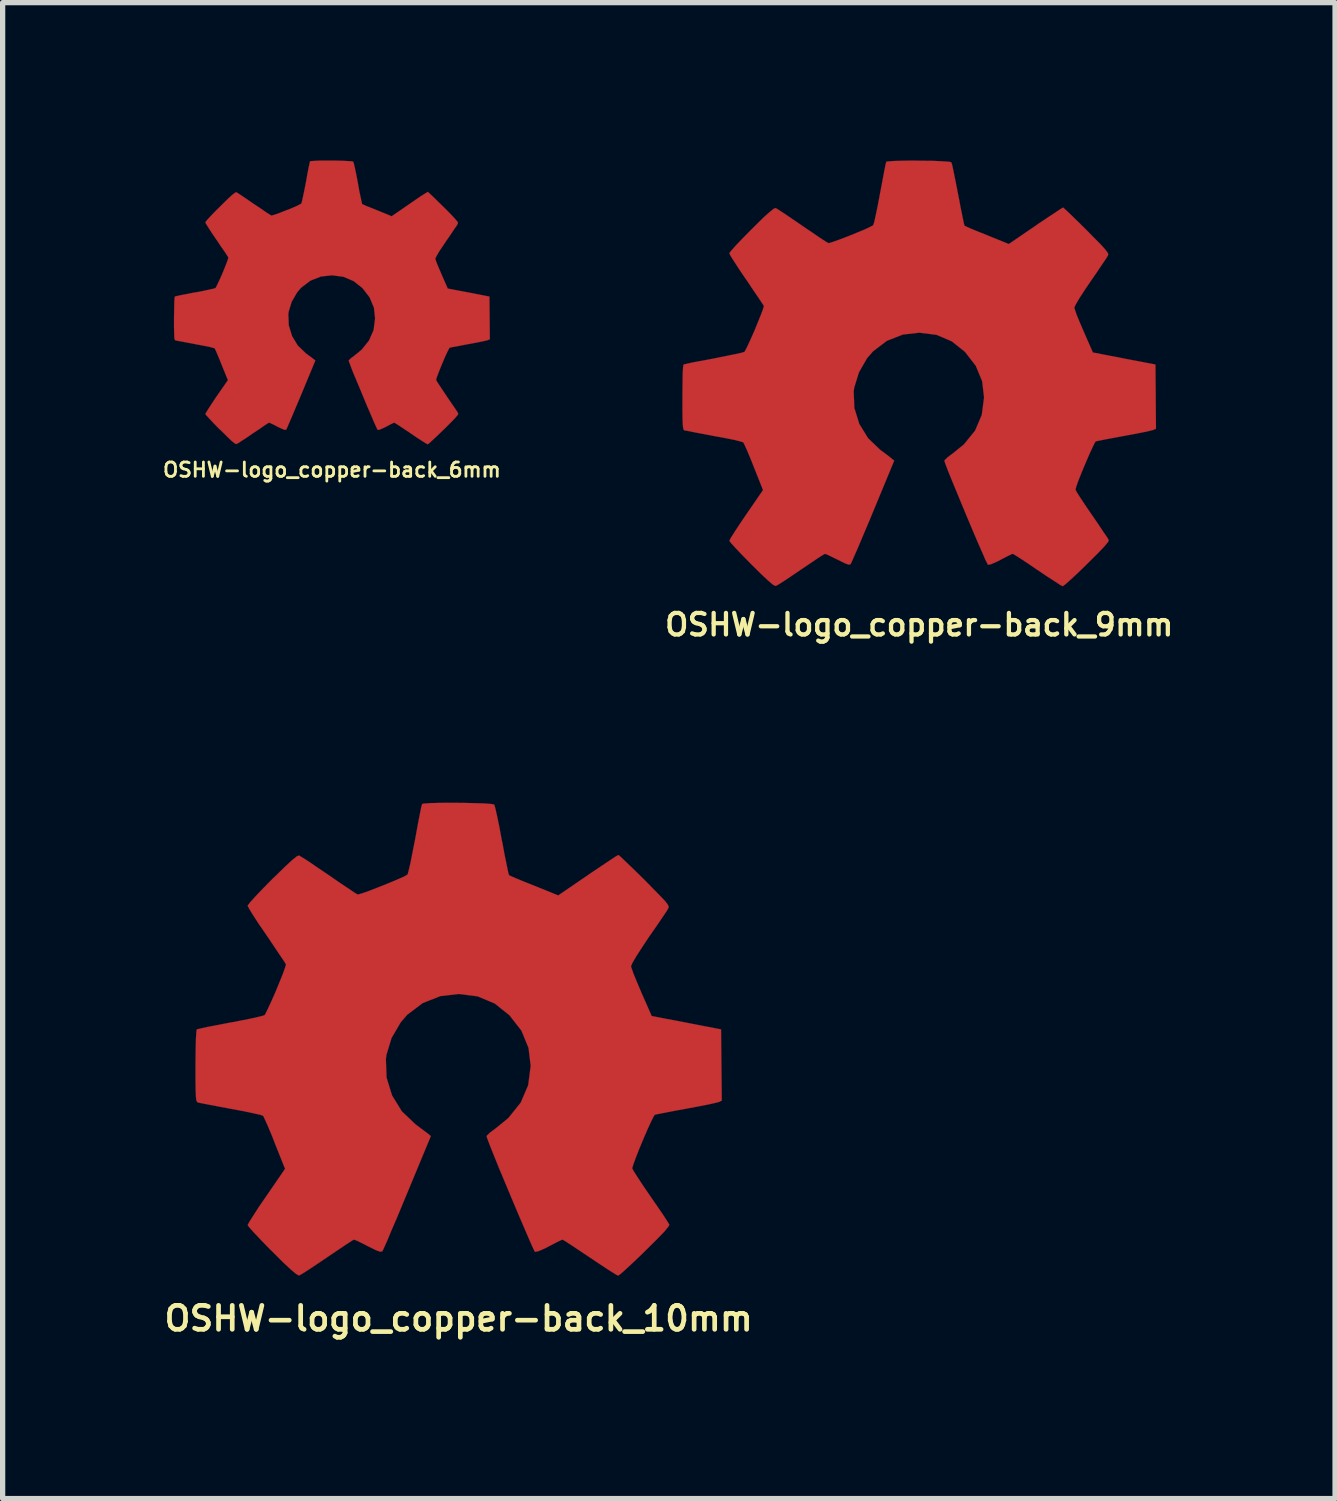
<source format=kicad_pcb>
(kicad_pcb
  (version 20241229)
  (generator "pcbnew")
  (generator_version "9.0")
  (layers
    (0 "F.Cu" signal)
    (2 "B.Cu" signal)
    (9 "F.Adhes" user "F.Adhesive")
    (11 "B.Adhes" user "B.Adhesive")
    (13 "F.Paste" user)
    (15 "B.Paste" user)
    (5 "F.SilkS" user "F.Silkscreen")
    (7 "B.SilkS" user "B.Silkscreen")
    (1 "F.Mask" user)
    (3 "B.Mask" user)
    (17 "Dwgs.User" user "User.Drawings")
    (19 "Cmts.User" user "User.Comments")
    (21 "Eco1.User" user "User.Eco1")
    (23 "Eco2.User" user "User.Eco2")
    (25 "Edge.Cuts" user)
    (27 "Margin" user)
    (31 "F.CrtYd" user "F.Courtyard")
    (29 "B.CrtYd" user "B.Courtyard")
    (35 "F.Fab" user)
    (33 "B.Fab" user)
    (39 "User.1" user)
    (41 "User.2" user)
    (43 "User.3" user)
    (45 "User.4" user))
  (footprint "OSHW-logo_copper-back_10mm"
    (layer "F.Cu")
    (at 5.663 16.694)
    (property "Reference" "OSHW-logo_copper-back_10mm" (at 0 5.304 0) (layer "F.SilkS") (effects (font (size 0.455 0.455) (thickness 0.089))))
    (attr through_hole)
    (fp_poly (pts (xy 3.03 4.491) (xy 2.979 4.463) (xy 2.86 4.389) (xy 2.695 4.28) (xy 2.497 4.148) (xy 2.299 4.016) (xy 2.136 3.907) (xy 2.022 3.833) (xy 1.974 3.805) (xy 1.948 3.815) (xy 1.854 3.861) (xy 1.717 3.932) (xy 1.638 3.973) (xy 1.514 4.026) (xy 1.45 4.039) (xy 1.44 4.021) (xy 1.394 3.924) (xy 1.323 3.762) (xy 1.229 3.543) (xy 1.12 3.289) (xy 1.006 3.018) (xy 0.889 2.738) (xy 0.777 2.471) (xy 0.681 2.233) (xy 0.602 2.037) (xy 0.551 1.902) (xy 0.531 1.844) (xy 0.536 1.831) (xy 0.599 1.77) (xy 0.709 1.689) (xy 0.945 1.496) (xy 1.179 1.204) (xy 1.321 0.874) (xy 1.369 0.505) (xy 1.328 0.165) (xy 1.194 -0.163) (xy 0.965 -0.457) (xy 0.688 -0.678) (xy 0.363 -0.815) (xy 0 -0.861) (xy -0.348 -0.82) (xy -0.683 -0.688) (xy -0.978 -0.465) (xy -1.102 -0.32) (xy -1.275 -0.023) (xy -1.372 0.297) (xy -1.382 0.378) (xy -1.369 0.729) (xy -1.265 1.067) (xy -1.079 1.369) (xy -0.82 1.615) (xy -0.79 1.638) (xy -0.671 1.727) (xy -0.589 1.788) (xy -0.528 1.839) (xy -0.975 2.916) (xy -1.046 3.086) (xy -1.168 3.381) (xy -1.278 3.635) (xy -1.361 3.835) (xy -1.422 3.97) (xy -1.448 4.026) (xy -1.45 4.028) (xy -1.491 4.036) (xy -1.572 4.006) (xy -1.722 3.932) (xy -1.821 3.881) (xy -1.935 3.825) (xy -1.989 3.805) (xy -2.032 3.83) (xy -2.141 3.901) (xy -2.301 4.008) (xy -2.494 4.138) (xy -2.677 4.262) (xy -2.845 4.374) (xy -2.969 4.453) (xy -3.028 4.486) (xy -3.038 4.486) (xy -3.091 4.455) (xy -3.188 4.374) (xy -3.335 4.237) (xy -3.541 4.031) (xy -3.574 4) (xy -3.744 3.825) (xy -3.881 3.68) (xy -3.975 3.576) (xy -4.008 3.531) (xy -3.978 3.472) (xy -3.901 3.35) (xy -3.79 3.178) (xy -3.653 2.979) (xy -3.297 2.461) (xy -3.493 1.971) (xy -3.551 1.821) (xy -3.627 1.641) (xy -3.686 1.511) (xy -3.713 1.455) (xy -3.767 1.435) (xy -3.901 1.405) (xy -4.094 1.364) (xy -4.326 1.321) (xy -4.547 1.28) (xy -4.745 1.242) (xy -4.889 1.214) (xy -4.953 1.201) (xy -4.968 1.191) (xy -4.983 1.161) (xy -4.991 1.092) (xy -4.996 0.973) (xy -4.999 0.782) (xy -4.999 0.505) (xy -4.999 0.475) (xy -4.996 0.213) (xy -4.991 0.003) (xy -4.983 -0.135) (xy -4.976 -0.188) (xy -4.973 -0.188) (xy -4.912 -0.203) (xy -4.773 -0.234) (xy -4.572 -0.272) (xy -4.336 -0.318) (xy -4.321 -0.32) (xy -4.084 -0.366) (xy -3.886 -0.406) (xy -3.747 -0.439) (xy -3.688 -0.457) (xy -3.675 -0.475) (xy -3.63 -0.566) (xy -3.561 -0.714) (xy -3.482 -0.892) (xy -3.406 -1.077) (xy -3.338 -1.245) (xy -3.294 -1.369) (xy -3.279 -1.425) (xy -3.282 -1.427) (xy -3.317 -1.483) (xy -3.399 -1.605) (xy -3.513 -1.775) (xy -3.65 -1.979) (xy -3.66 -1.994) (xy -3.797 -2.192) (xy -3.907 -2.362) (xy -3.98 -2.482) (xy -4.008 -2.537) (xy -4.008 -2.54) (xy -3.962 -2.601) (xy -3.861 -2.713) (xy -3.716 -2.865) (xy -3.541 -3.043) (xy -3.485 -3.096) (xy -3.289 -3.287) (xy -3.155 -3.411) (xy -3.071 -3.477) (xy -3.03 -3.493) (xy -3.03 -3.49) (xy -2.969 -3.454) (xy -2.842 -3.373) (xy -2.672 -3.256) (xy -2.469 -3.119) (xy -2.454 -3.109) (xy -2.256 -2.972) (xy -2.088 -2.86) (xy -1.971 -2.781) (xy -1.918 -2.751) (xy -1.91 -2.751) (xy -1.829 -2.774) (xy -1.687 -2.824) (xy -1.511 -2.893) (xy -1.326 -2.967) (xy -1.158 -3.038) (xy -1.031 -3.094) (xy -0.973 -3.129) (xy -0.97 -3.132) (xy -0.95 -3.203) (xy -0.914 -3.353) (xy -0.874 -3.559) (xy -0.826 -3.802) (xy -0.818 -3.843) (xy -0.775 -4.082) (xy -0.737 -4.277) (xy -0.709 -4.415) (xy -0.693 -4.47) (xy -0.66 -4.478) (xy -0.544 -4.486) (xy -0.366 -4.491) (xy -0.15 -4.493) (xy 0.076 -4.491) (xy 0.297 -4.486) (xy 0.485 -4.481) (xy 0.62 -4.47) (xy 0.676 -4.46) (xy 0.678 -4.455) (xy 0.699 -4.381) (xy 0.732 -4.232) (xy 0.775 -4.026) (xy 0.82 -3.78) (xy 0.831 -3.736) (xy 0.874 -3.5) (xy 0.914 -3.305) (xy 0.942 -3.17) (xy 0.958 -3.117) (xy 0.98 -3.106) (xy 1.077 -3.063) (xy 1.237 -2.997) (xy 1.435 -2.918) (xy 1.892 -2.733) (xy 2.454 -3.117) (xy 2.504 -3.152) (xy 2.708 -3.289) (xy 2.873 -3.399) (xy 2.987 -3.475) (xy 3.035 -3.5) (xy 3.04 -3.5) (xy 3.096 -3.449) (xy 3.205 -3.345) (xy 3.358 -3.198) (xy 3.536 -3.023) (xy 3.665 -2.891) (xy 3.82 -2.733) (xy 3.919 -2.629) (xy 3.973 -2.56) (xy 3.99 -2.52) (xy 3.985 -2.492) (xy 3.95 -2.433) (xy 3.868 -2.311) (xy 3.752 -2.141) (xy 3.614 -1.943) (xy 3.503 -1.775) (xy 3.381 -1.587) (xy 3.302 -1.453) (xy 3.274 -1.387) (xy 3.282 -1.361) (xy 3.32 -1.25) (xy 3.388 -1.085) (xy 3.472 -0.886) (xy 3.668 -0.442) (xy 3.957 -0.386) (xy 4.135 -0.353) (xy 4.381 -0.305) (xy 4.618 -0.259) (xy 4.986 -0.188) (xy 4.999 1.166) (xy 4.943 1.191) (xy 4.887 1.206) (xy 4.75 1.237) (xy 4.557 1.275) (xy 4.326 1.318) (xy 4.13 1.354) (xy 3.932 1.392) (xy 3.79 1.42) (xy 3.729 1.433) (xy 3.711 1.455) (xy 3.663 1.549) (xy 3.592 1.702) (xy 3.513 1.885) (xy 3.434 2.075) (xy 3.365 2.25) (xy 3.317 2.383) (xy 3.297 2.451) (xy 3.325 2.504) (xy 3.399 2.621) (xy 3.508 2.786) (xy 3.642 2.982) (xy 3.777 3.178) (xy 3.891 3.345) (xy 3.97 3.467) (xy 4.003 3.523) (xy 3.985 3.559) (xy 3.907 3.655) (xy 3.759 3.807) (xy 3.538 4.026) (xy 3.503 4.061) (xy 3.327 4.229) (xy 3.18 4.366) (xy 3.076 4.458) (xy 3.03 4.491)) (stroke (width 0.003) (type solid)) (fill yes) (layer "F.Cu")))
  (footprint "OSHW-logo_copper-back_6mm"
    (layer "F.Cu")
    (at 3.256 2.696)
    (property "Reference" "OSHW-logo_copper-back_6mm" (at 0 3.18 0) (layer "F.SilkS") (effects (font (size 0.272 0.272) (thickness 0.053))))
    (attr through_hole)
    (fp_poly (pts (xy 1.819 2.695) (xy 1.786 2.677) (xy 1.717 2.634) (xy 1.615 2.568) (xy 1.499 2.489) (xy 1.379 2.408) (xy 1.28 2.342) (xy 1.212 2.299) (xy 1.184 2.283) (xy 1.168 2.289) (xy 1.113 2.316) (xy 1.031 2.36) (xy 0.983 2.383) (xy 0.907 2.416) (xy 0.871 2.423) (xy 0.864 2.413) (xy 0.836 2.355) (xy 0.792 2.256) (xy 0.737 2.126) (xy 0.671 1.974) (xy 0.602 1.808) (xy 0.533 1.641) (xy 0.467 1.483) (xy 0.406 1.339) (xy 0.361 1.222) (xy 0.33 1.14) (xy 0.318 1.105) (xy 0.323 1.097) (xy 0.358 1.062) (xy 0.424 1.013) (xy 0.566 0.897) (xy 0.706 0.721) (xy 0.792 0.523) (xy 0.82 0.302) (xy 0.798 0.099) (xy 0.716 -0.097) (xy 0.579 -0.274) (xy 0.411 -0.406) (xy 0.218 -0.488) (xy 0 -0.516) (xy -0.208 -0.493) (xy -0.409 -0.414) (xy -0.587 -0.279) (xy -0.66 -0.193) (xy -0.765 -0.013) (xy -0.823 0.178) (xy -0.828 0.226) (xy -0.82 0.437) (xy -0.757 0.64) (xy -0.648 0.82) (xy -0.493 0.968) (xy -0.472 0.983) (xy -0.401 1.036) (xy -0.353 1.072) (xy -0.315 1.102) (xy -0.584 1.75) (xy -0.627 1.852) (xy -0.701 2.027) (xy -0.765 2.179) (xy -0.818 2.301) (xy -0.853 2.383) (xy -0.869 2.416) (xy -0.871 2.416) (xy -0.894 2.421) (xy -0.942 2.403) (xy -1.034 2.36) (xy -1.092 2.329) (xy -1.161 2.296) (xy -1.191 2.283) (xy -1.219 2.296) (xy -1.285 2.339) (xy -1.379 2.405) (xy -1.496 2.482) (xy -1.605 2.558) (xy -1.707 2.624) (xy -1.781 2.672) (xy -1.816 2.69) (xy -1.821 2.69) (xy -1.854 2.672) (xy -1.913 2.624) (xy -1.999 2.54) (xy -2.123 2.418) (xy -2.144 2.4) (xy -2.245 2.296) (xy -2.329 2.207) (xy -2.385 2.146) (xy -2.405 2.118) (xy -2.385 2.083) (xy -2.339 2.009) (xy -2.273 1.908) (xy -2.192 1.786) (xy -1.976 1.476) (xy -2.095 1.184) (xy -2.131 1.092) (xy -2.177 0.983) (xy -2.21 0.907) (xy -2.228 0.871) (xy -2.261 0.861) (xy -2.339 0.841) (xy -2.456 0.818) (xy -2.596 0.792) (xy -2.728 0.767) (xy -2.847 0.744) (xy -2.934 0.729) (xy -2.972 0.721) (xy -2.982 0.714) (xy -2.99 0.696) (xy -2.995 0.655) (xy -2.997 0.582) (xy -3 0.467) (xy -3 0.302) (xy -3 0.284) (xy -2.997 0.127) (xy -2.995 0.003) (xy -2.99 -0.079) (xy -2.985 -0.112) (xy -2.946 -0.122) (xy -2.863 -0.14) (xy -2.743 -0.163) (xy -2.601 -0.191) (xy -2.591 -0.191) (xy -2.449 -0.218) (xy -2.332 -0.244) (xy -2.248 -0.262) (xy -2.212 -0.274) (xy -2.205 -0.284) (xy -2.177 -0.34) (xy -2.136 -0.427) (xy -2.088 -0.533) (xy -2.042 -0.645) (xy -2.002 -0.747) (xy -1.976 -0.82) (xy -1.968 -0.856) (xy -1.989 -0.889) (xy -2.037 -0.963) (xy -2.108 -1.064) (xy -2.189 -1.186) (xy -2.197 -1.196) (xy -2.278 -1.316) (xy -2.344 -1.417) (xy -2.388 -1.488) (xy -2.405 -1.521) (xy -2.405 -1.524) (xy -2.377 -1.56) (xy -2.316 -1.628) (xy -2.228 -1.72) (xy -2.123 -1.824) (xy -2.09 -1.857) (xy -1.974 -1.971) (xy -1.892 -2.045) (xy -1.841 -2.085) (xy -1.819 -2.095) (xy -1.816 -2.093) (xy -1.781 -2.073) (xy -1.704 -2.022) (xy -1.603 -1.953) (xy -1.481 -1.869) (xy -1.473 -1.864) (xy -1.351 -1.783) (xy -1.252 -1.714) (xy -1.181 -1.669) (xy -1.151 -1.651) (xy -1.146 -1.651) (xy -1.097 -1.664) (xy -1.011 -1.694) (xy -0.907 -1.735) (xy -0.795 -1.778) (xy -0.693 -1.821) (xy -0.62 -1.857) (xy -0.584 -1.877) (xy -0.582 -1.877) (xy -0.569 -1.92) (xy -0.549 -2.012) (xy -0.523 -2.134) (xy -0.495 -2.281) (xy -0.49 -2.304) (xy -0.465 -2.449) (xy -0.442 -2.565) (xy -0.424 -2.647) (xy -0.417 -2.682) (xy -0.396 -2.685) (xy -0.325 -2.69) (xy -0.218 -2.695) (xy -0.089 -2.695) (xy 0.046 -2.695) (xy 0.178 -2.692) (xy 0.29 -2.687) (xy 0.371 -2.682) (xy 0.406 -2.675) (xy 0.406 -2.672) (xy 0.419 -2.629) (xy 0.439 -2.54) (xy 0.465 -2.416) (xy 0.493 -2.268) (xy 0.498 -2.24) (xy 0.523 -2.098) (xy 0.549 -1.981) (xy 0.566 -1.902) (xy 0.574 -1.869) (xy 0.587 -1.864) (xy 0.645 -1.836) (xy 0.742 -1.798) (xy 0.861 -1.75) (xy 1.135 -1.638) (xy 1.471 -1.869) (xy 1.501 -1.89) (xy 1.623 -1.974) (xy 1.722 -2.04) (xy 1.793 -2.083) (xy 1.821 -2.101) (xy 1.824 -2.098) (xy 1.857 -2.07) (xy 1.923 -2.007) (xy 2.014 -1.918) (xy 2.121 -1.814) (xy 2.2 -1.735) (xy 2.291 -1.641) (xy 2.349 -1.577) (xy 2.383 -1.537) (xy 2.395 -1.511) (xy 2.39 -1.494) (xy 2.37 -1.46) (xy 2.319 -1.387) (xy 2.25 -1.283) (xy 2.169 -1.166) (xy 2.101 -1.064) (xy 2.027 -0.953) (xy 1.981 -0.871) (xy 1.963 -0.833) (xy 1.968 -0.815) (xy 1.991 -0.749) (xy 2.032 -0.65) (xy 2.083 -0.531) (xy 2.2 -0.264) (xy 2.375 -0.231) (xy 2.479 -0.211) (xy 2.629 -0.183) (xy 2.771 -0.155) (xy 2.992 -0.112) (xy 3 0.699) (xy 2.964 0.714) (xy 2.931 0.724) (xy 2.85 0.742) (xy 2.733 0.765) (xy 2.596 0.79) (xy 2.477 0.813) (xy 2.36 0.836) (xy 2.273 0.851) (xy 2.235 0.859) (xy 2.228 0.871) (xy 2.197 0.93) (xy 2.154 1.021) (xy 2.108 1.13) (xy 2.06 1.245) (xy 2.019 1.349) (xy 1.989 1.43) (xy 1.979 1.471) (xy 1.994 1.501) (xy 2.04 1.572) (xy 2.106 1.671) (xy 2.184 1.788) (xy 2.266 1.908) (xy 2.334 2.007) (xy 2.383 2.08) (xy 2.4 2.113) (xy 2.39 2.136) (xy 2.344 2.192) (xy 2.256 2.283) (xy 2.123 2.416) (xy 2.101 2.436) (xy 1.996 2.537) (xy 1.908 2.619) (xy 1.847 2.675) (xy 1.819 2.695)) (stroke (width 0.003) (type solid)) (fill yes) (layer "F.Cu")))
  (footprint "OSHW-logo_copper-back_9mm"
    (layer "F.Cu")
    (at 14.413 4.045)
    (property "Reference" "OSHW-logo_copper-back_9mm" (at 0 4.773 0) (layer "F.SilkS") (effects (font (size 0.409 0.409) (thickness 0.081))))
    (attr through_hole)
    (fp_poly (pts (xy 2.728 4.041) (xy 2.68 4.018) (xy 2.576 3.95) (xy 2.426 3.853) (xy 2.248 3.734) (xy 2.07 3.612) (xy 1.923 3.515) (xy 1.819 3.449) (xy 1.778 3.426) (xy 1.753 3.434) (xy 1.669 3.475) (xy 1.547 3.538) (xy 1.476 3.576) (xy 1.361 3.625) (xy 1.306 3.635) (xy 1.298 3.619) (xy 1.255 3.533) (xy 1.191 3.386) (xy 1.105 3.19) (xy 1.008 2.962) (xy 0.904 2.715) (xy 0.8 2.464) (xy 0.701 2.225) (xy 0.612 2.009) (xy 0.541 1.834) (xy 0.495 1.712) (xy 0.478 1.659) (xy 0.483 1.648) (xy 0.538 1.593) (xy 0.638 1.519) (xy 0.851 1.346) (xy 1.062 1.085) (xy 1.189 0.787) (xy 1.232 0.455) (xy 1.196 0.147) (xy 1.074 -0.147) (xy 0.869 -0.411) (xy 0.62 -0.61) (xy 0.328 -0.734) (xy 0 -0.775) (xy -0.312 -0.739) (xy -0.615 -0.62) (xy -0.879 -0.419) (xy -0.991 -0.29) (xy -1.146 -0.02) (xy -1.234 0.267) (xy -1.245 0.34) (xy -1.232 0.658) (xy -1.138 0.96) (xy -0.97 1.232) (xy -0.739 1.453) (xy -0.711 1.473) (xy -0.602 1.554) (xy -0.531 1.61) (xy -0.475 1.656) (xy -0.876 2.624) (xy -0.94 2.779) (xy -1.052 3.043) (xy -1.148 3.272) (xy -1.227 3.452) (xy -1.28 3.574) (xy -1.303 3.622) (xy -1.306 3.625) (xy -1.341 3.632) (xy -1.415 3.604) (xy -1.549 3.538) (xy -1.641 3.493) (xy -1.742 3.444) (xy -1.788 3.426) (xy -1.829 3.447) (xy -1.928 3.51) (xy -2.07 3.607) (xy -2.245 3.724) (xy -2.408 3.835) (xy -2.56 3.937) (xy -2.672 4.008) (xy -2.725 4.036) (xy -2.733 4.036) (xy -2.781 4.011) (xy -2.868 3.937) (xy -3 3.813) (xy -3.188 3.627) (xy -3.216 3.599) (xy -3.368 3.444) (xy -3.493 3.312) (xy -3.576 3.221) (xy -3.607 3.178) (xy -3.579 3.124) (xy -3.51 3.015) (xy -3.409 2.86) (xy -3.287 2.68) (xy -2.967 2.215) (xy -3.142 1.775) (xy -3.195 1.641) (xy -3.264 1.476) (xy -3.317 1.359) (xy -3.343 1.308) (xy -3.391 1.293) (xy -3.51 1.262) (xy -3.686 1.227) (xy -3.894 1.189) (xy -4.092 1.151) (xy -4.27 1.118) (xy -4.399 1.092) (xy -4.458 1.082) (xy -4.473 1.072) (xy -4.483 1.044) (xy -4.491 0.983) (xy -4.496 0.874) (xy -4.498 0.704) (xy -4.498 0.455) (xy -4.498 0.429) (xy -4.496 0.191) (xy -4.493 0.003) (xy -4.486 -0.119) (xy -4.478 -0.168) (xy -4.475 -0.17) (xy -4.422 -0.183) (xy -4.295 -0.211) (xy -4.115 -0.244) (xy -3.901 -0.284) (xy -3.889 -0.287) (xy -3.675 -0.33) (xy -3.498 -0.366) (xy -3.373 -0.394) (xy -3.32 -0.411) (xy -3.31 -0.427) (xy -3.266 -0.511) (xy -3.205 -0.643) (xy -3.134 -0.803) (xy -3.066 -0.97) (xy -3.005 -1.12) (xy -2.964 -1.232) (xy -2.951 -1.283) (xy -2.951 -1.285) (xy -2.985 -1.336) (xy -3.058 -1.445) (xy -3.162 -1.598) (xy -3.284 -1.781) (xy -3.294 -1.793) (xy -3.416 -1.974) (xy -3.515 -2.126) (xy -3.584 -2.235) (xy -3.607 -2.283) (xy -3.607 -2.286) (xy -3.566 -2.339) (xy -3.475 -2.441) (xy -3.343 -2.578) (xy -3.185 -2.738) (xy -3.137 -2.786) (xy -2.962 -2.959) (xy -2.84 -3.068) (xy -2.764 -3.129) (xy -2.728 -3.142) (xy -2.725 -3.142) (xy -2.672 -3.109) (xy -2.558 -3.035) (xy -2.405 -2.931) (xy -2.223 -2.807) (xy -2.21 -2.797) (xy -2.029 -2.675) (xy -1.88 -2.573) (xy -1.773 -2.504) (xy -1.727 -2.477) (xy -1.717 -2.477) (xy -1.646 -2.497) (xy -1.516 -2.543) (xy -1.359 -2.603) (xy -1.194 -2.67) (xy -1.041 -2.733) (xy -0.93 -2.786) (xy -0.876 -2.814) (xy -0.874 -2.817) (xy -0.853 -2.883) (xy -0.823 -3.018) (xy -0.785 -3.203) (xy -0.744 -3.421) (xy -0.737 -3.457) (xy -0.696 -3.673) (xy -0.663 -3.851) (xy -0.638 -3.973) (xy -0.625 -4.023) (xy -0.594 -4.028) (xy -0.488 -4.036) (xy -0.33 -4.041) (xy -0.135 -4.044) (xy 0.069 -4.041) (xy 0.267 -4.039) (xy 0.437 -4.031) (xy 0.559 -4.023) (xy 0.61 -4.013) (xy 0.61 -4.011) (xy 0.63 -3.945) (xy 0.658 -3.81) (xy 0.696 -3.622) (xy 0.739 -3.401) (xy 0.747 -3.363) (xy 0.787 -3.15) (xy 0.823 -2.974) (xy 0.848 -2.852) (xy 0.861 -2.807) (xy 0.881 -2.797) (xy 0.97 -2.756) (xy 1.113 -2.697) (xy 1.29 -2.626) (xy 1.702 -2.459) (xy 2.207 -2.804) (xy 2.253 -2.837) (xy 2.436 -2.959) (xy 2.586 -3.058) (xy 2.69 -3.127) (xy 2.731 -3.152) (xy 2.736 -3.15) (xy 2.786 -3.106) (xy 2.885 -3.012) (xy 3.023 -2.878) (xy 3.183 -2.72) (xy 3.299 -2.601) (xy 3.439 -2.461) (xy 3.526 -2.365) (xy 3.574 -2.304) (xy 3.592 -2.268) (xy 3.586 -2.243) (xy 3.556 -2.192) (xy 3.48 -2.08) (xy 3.376 -1.925) (xy 3.254 -1.748) (xy 3.152 -1.598) (xy 3.043 -1.43) (xy 2.972 -1.308) (xy 2.946 -1.25) (xy 2.954 -1.224) (xy 2.987 -1.125) (xy 3.048 -0.975) (xy 3.124 -0.798) (xy 3.299 -0.399) (xy 3.561 -0.348) (xy 3.721 -0.318) (xy 3.942 -0.274) (xy 4.155 -0.234) (xy 4.488 -0.17) (xy 4.498 1.049) (xy 4.448 1.072) (xy 4.399 1.085) (xy 4.275 1.113) (xy 4.1 1.148) (xy 3.894 1.186) (xy 3.716 1.219) (xy 3.538 1.252) (xy 3.411 1.278) (xy 3.355 1.29) (xy 3.34 1.308) (xy 3.297 1.394) (xy 3.233 1.532) (xy 3.162 1.697) (xy 3.091 1.867) (xy 3.028 2.024) (xy 2.985 2.144) (xy 2.969 2.207) (xy 2.992 2.253) (xy 3.058 2.357) (xy 3.157 2.507) (xy 3.279 2.685) (xy 3.399 2.86) (xy 3.5 3.012) (xy 3.574 3.119) (xy 3.602 3.17) (xy 3.586 3.203) (xy 3.515 3.289) (xy 3.383 3.426) (xy 3.185 3.622) (xy 3.152 3.655) (xy 2.995 3.807) (xy 2.863 3.929) (xy 2.769 4.011) (xy 2.728 4.041)) (stroke (width 0.003) (type solid)) (fill yes) (layer "F.Cu")))
  (gr_rect
    (start -3 -3)
    (end 22.313 25.42)
    (stroke (width 0.1) (type default))
    (fill no)
    (layer "Edge.Cuts")))
</source>
